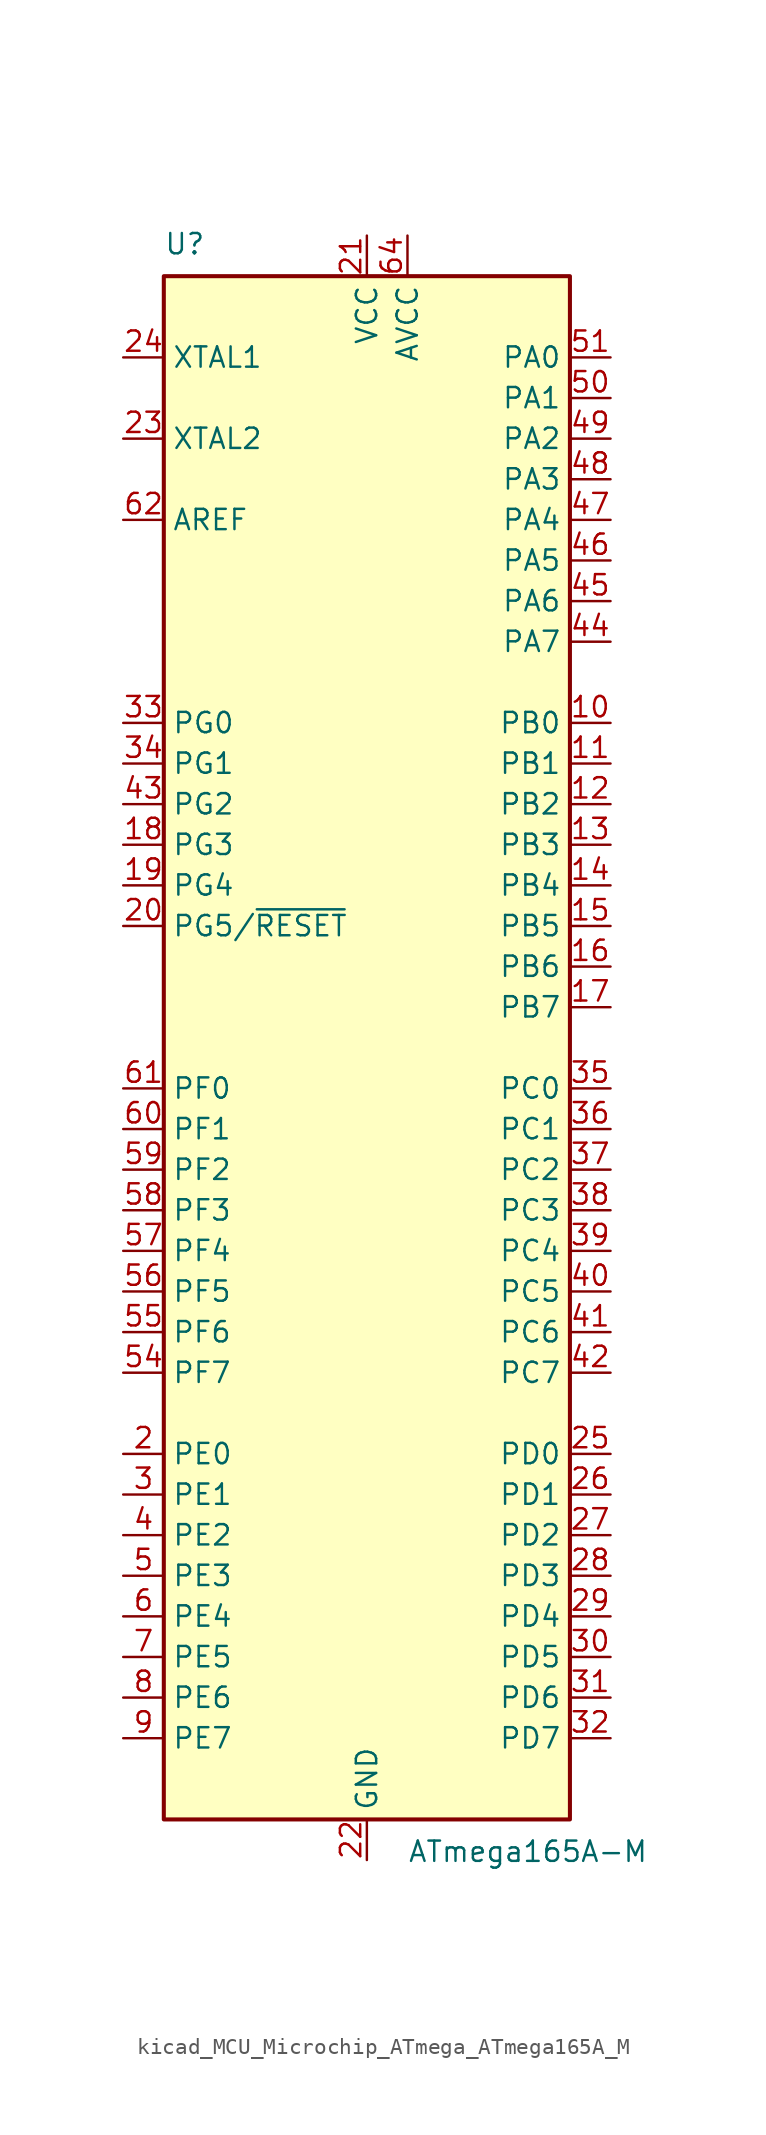
<source format=kicad_sym>
(kicad_symbol_lib
  (version 20220914)
  (generator kicad_symbol_editor)
  (symbol "kicad_MCU_Microchip_ATmega_ATmega165A_M"
    (property "Reference" "U"
      (at -12.7 49.53 0)
      (effects (font (size 1.27 1.27)) (justify left bottom)))
    (property "Value" "ATmega165A-M"
      (at 2.54 -49.53 0)
      (effects (font (size 1.27 1.27)) (justify left top)))
    (symbol "kicad_MCU_Microchip_ATmega_ATmega165A_M_0_1"
      (rectangle (start -12.7 -48.26) (end 12.7 48.26) (stroke (width 0.254) (type default)) (fill (type background))))
    (symbol "kicad_MCU_Microchip_ATmega_ATmega165A_M_1_1"
      (pin no_connect line (at -12.7 -45.72 0) (length 2.54) hide (name "NC" (effects (font (size 1.27 1.27)))) (number "1" (effects (font (size 1.27 1.27)))))
      (pin bidirectional line (at 15.24 20.32 180) (length 2.54) (name "PB0" (effects (font (size 1.27 1.27)))) (number "10" (effects (font (size 1.27 1.27)))))
      (pin bidirectional line (at 15.24 17.78 180) (length 2.54) (name "PB1" (effects (font (size 1.27 1.27)))) (number "11" (effects (font (size 1.27 1.27)))))
      (pin bidirectional line (at 15.24 15.24 180) (length 2.54) (name "PB2" (effects (font (size 1.27 1.27)))) (number "12" (effects (font (size 1.27 1.27)))))
      (pin bidirectional line (at 15.24 12.7 180) (length 2.54) (name "PB3" (effects (font (size 1.27 1.27)))) (number "13" (effects (font (size 1.27 1.27)))))
      (pin bidirectional line (at 15.24 10.16 180) (length 2.54) (name "PB4" (effects (font (size 1.27 1.27)))) (number "14" (effects (font (size 1.27 1.27)))))
      (pin bidirectional line (at 15.24 7.62 180) (length 2.54) (name "PB5" (effects (font (size 1.27 1.27)))) (number "15" (effects (font (size 1.27 1.27)))))
      (pin bidirectional line (at 15.24 5.08 180) (length 2.54) (name "PB6" (effects (font (size 1.27 1.27)))) (number "16" (effects (font (size 1.27 1.27)))))
      (pin bidirectional line (at 15.24 2.54 180) (length 2.54) (name "PB7" (effects (font (size 1.27 1.27)))) (number "17" (effects (font (size 1.27 1.27)))))
      (pin bidirectional line (at -15.24 12.7 0) (length 2.54) (name "PG3" (effects (font (size 1.27 1.27)))) (number "18" (effects (font (size 1.27 1.27)))))
      (pin bidirectional line (at -15.24 10.16 0) (length 2.54) (name "PG4" (effects (font (size 1.27 1.27)))) (number "19" (effects (font (size 1.27 1.27)))))
      (pin bidirectional line (at -15.24 -25.4 0) (length 2.54) (name "PE0" (effects (font (size 1.27 1.27)))) (number "2" (effects (font (size 1.27 1.27)))))
      (pin bidirectional line (at -15.24 7.62 0) (length 2.54) (name "PG5/~{RESET}" (effects (font (size 1.27 1.27)))) (number "20" (effects (font (size 1.27 1.27)))))
      (pin power_in line (at 0 50.8 270) (length 2.54) (name "VCC" (effects (font (size 1.27 1.27)))) (number "21" (effects (font (size 1.27 1.27)))))
      (pin power_in line (at 0 -50.8 90) (length 2.54) (name "GND" (effects (font (size 1.27 1.27)))) (number "22" (effects (font (size 1.27 1.27)))))
      (pin output line (at -15.24 38.1 0) (length 2.54) (name "XTAL2" (effects (font (size 1.27 1.27)))) (number "23" (effects (font (size 1.27 1.27)))))
      (pin input line (at -15.24 43.18 0) (length 2.54) (name "XTAL1" (effects (font (size 1.27 1.27)))) (number "24" (effects (font (size 1.27 1.27)))))
      (pin bidirectional line (at 15.24 -25.4 180) (length 2.54) (name "PD0" (effects (font (size 1.27 1.27)))) (number "25" (effects (font (size 1.27 1.27)))))
      (pin bidirectional line (at 15.24 -27.94 180) (length 2.54) (name "PD1" (effects (font (size 1.27 1.27)))) (number "26" (effects (font (size 1.27 1.27)))))
      (pin bidirectional line (at 15.24 -30.48 180) (length 2.54) (name "PD2" (effects (font (size 1.27 1.27)))) (number "27" (effects (font (size 1.27 1.27)))))
      (pin bidirectional line (at 15.24 -33.02 180) (length 2.54) (name "PD3" (effects (font (size 1.27 1.27)))) (number "28" (effects (font (size 1.27 1.27)))))
      (pin bidirectional line (at 15.24 -35.56 180) (length 2.54) (name "PD4" (effects (font (size 1.27 1.27)))) (number "29" (effects (font (size 1.27 1.27)))))
      (pin bidirectional line (at -15.24 -27.94 0) (length 2.54) (name "PE1" (effects (font (size 1.27 1.27)))) (number "3" (effects (font (size 1.27 1.27)))))
      (pin bidirectional line (at 15.24 -38.1 180) (length 2.54) (name "PD5" (effects (font (size 1.27 1.27)))) (number "30" (effects (font (size 1.27 1.27)))))
      (pin bidirectional line (at 15.24 -40.64 180) (length 2.54) (name "PD6" (effects (font (size 1.27 1.27)))) (number "31" (effects (font (size 1.27 1.27)))))
      (pin bidirectional line (at 15.24 -43.18 180) (length 2.54) (name "PD7" (effects (font (size 1.27 1.27)))) (number "32" (effects (font (size 1.27 1.27)))))
      (pin bidirectional line (at -15.24 20.32 0) (length 2.54) (name "PG0" (effects (font (size 1.27 1.27)))) (number "33" (effects (font (size 1.27 1.27)))))
      (pin bidirectional line (at -15.24 17.78 0) (length 2.54) (name "PG1" (effects (font (size 1.27 1.27)))) (number "34" (effects (font (size 1.27 1.27)))))
      (pin bidirectional line (at 15.24 -2.54 180) (length 2.54) (name "PC0" (effects (font (size 1.27 1.27)))) (number "35" (effects (font (size 1.27 1.27)))))
      (pin bidirectional line (at 15.24 -5.08 180) (length 2.54) (name "PC1" (effects (font (size 1.27 1.27)))) (number "36" (effects (font (size 1.27 1.27)))))
      (pin bidirectional line (at 15.24 -7.62 180) (length 2.54) (name "PC2" (effects (font (size 1.27 1.27)))) (number "37" (effects (font (size 1.27 1.27)))))
      (pin bidirectional line (at 15.24 -10.16 180) (length 2.54) (name "PC3" (effects (font (size 1.27 1.27)))) (number "38" (effects (font (size 1.27 1.27)))))
      (pin bidirectional line (at 15.24 -12.7 180) (length 2.54) (name "PC4" (effects (font (size 1.27 1.27)))) (number "39" (effects (font (size 1.27 1.27)))))
      (pin bidirectional line (at -15.24 -30.48 0) (length 2.54) (name "PE2" (effects (font (size 1.27 1.27)))) (number "4" (effects (font (size 1.27 1.27)))))
      (pin bidirectional line (at 15.24 -15.24 180) (length 2.54) (name "PC5" (effects (font (size 1.27 1.27)))) (number "40" (effects (font (size 1.27 1.27)))))
      (pin bidirectional line (at 15.24 -17.78 180) (length 2.54) (name "PC6" (effects (font (size 1.27 1.27)))) (number "41" (effects (font (size 1.27 1.27)))))
      (pin bidirectional line (at 15.24 -20.32 180) (length 2.54) (name "PC7" (effects (font (size 1.27 1.27)))) (number "42" (effects (font (size 1.27 1.27)))))
      (pin bidirectional line (at -15.24 15.24 0) (length 2.54) (name "PG2" (effects (font (size 1.27 1.27)))) (number "43" (effects (font (size 1.27 1.27)))))
      (pin bidirectional line (at 15.24 25.4 180) (length 2.54) (name "PA7" (effects (font (size 1.27 1.27)))) (number "44" (effects (font (size 1.27 1.27)))))
      (pin bidirectional line (at 15.24 27.94 180) (length 2.54) (name "PA6" (effects (font (size 1.27 1.27)))) (number "45" (effects (font (size 1.27 1.27)))))
      (pin bidirectional line (at 15.24 30.48 180) (length 2.54) (name "PA5" (effects (font (size 1.27 1.27)))) (number "46" (effects (font (size 1.27 1.27)))))
      (pin bidirectional line (at 15.24 33.02 180) (length 2.54) (name "PA4" (effects (font (size 1.27 1.27)))) (number "47" (effects (font (size 1.27 1.27)))))
      (pin bidirectional line (at 15.24 35.56 180) (length 2.54) (name "PA3" (effects (font (size 1.27 1.27)))) (number "48" (effects (font (size 1.27 1.27)))))
      (pin bidirectional line (at 15.24 38.1 180) (length 2.54) (name "PA2" (effects (font (size 1.27 1.27)))) (number "49" (effects (font (size 1.27 1.27)))))
      (pin bidirectional line (at -15.24 -33.02 0) (length 2.54) (name "PE3" (effects (font (size 1.27 1.27)))) (number "5" (effects (font (size 1.27 1.27)))))
      (pin bidirectional line (at 15.24 40.64 180) (length 2.54) (name "PA1" (effects (font (size 1.27 1.27)))) (number "50" (effects (font (size 1.27 1.27)))))
      (pin bidirectional line (at 15.24 43.18 180) (length 2.54) (name "PA0" (effects (font (size 1.27 1.27)))) (number "51" (effects (font (size 1.27 1.27)))))
      (pin passive line (at 0 50.8 270) (length 2.54) hide (name "VCC" (effects (font (size 1.27 1.27)))) (number "52" (effects (font (size 1.27 1.27)))))
      (pin passive line (at 0 -50.8 90) (length 2.54) hide (name "GND" (effects (font (size 1.27 1.27)))) (number "53" (effects (font (size 1.27 1.27)))))
      (pin bidirectional line (at -15.24 -20.32 0) (length 2.54) (name "PF7" (effects (font (size 1.27 1.27)))) (number "54" (effects (font (size 1.27 1.27)))))
      (pin bidirectional line (at -15.24 -17.78 0) (length 2.54) (name "PF6" (effects (font (size 1.27 1.27)))) (number "55" (effects (font (size 1.27 1.27)))))
      (pin bidirectional line (at -15.24 -15.24 0) (length 2.54) (name "PF5" (effects (font (size 1.27 1.27)))) (number "56" (effects (font (size 1.27 1.27)))))
      (pin bidirectional line (at -15.24 -12.7 0) (length 2.54) (name "PF4" (effects (font (size 1.27 1.27)))) (number "57" (effects (font (size 1.27 1.27)))))
      (pin bidirectional line (at -15.24 -10.16 0) (length 2.54) (name "PF3" (effects (font (size 1.27 1.27)))) (number "58" (effects (font (size 1.27 1.27)))))
      (pin bidirectional line (at -15.24 -7.62 0) (length 2.54) (name "PF2" (effects (font (size 1.27 1.27)))) (number "59" (effects (font (size 1.27 1.27)))))
      (pin bidirectional line (at -15.24 -35.56 0) (length 2.54) (name "PE4" (effects (font (size 1.27 1.27)))) (number "6" (effects (font (size 1.27 1.27)))))
      (pin bidirectional line (at -15.24 -5.08 0) (length 2.54) (name "PF1" (effects (font (size 1.27 1.27)))) (number "60" (effects (font (size 1.27 1.27)))))
      (pin bidirectional line (at -15.24 -2.54 0) (length 2.54) (name "PF0" (effects (font (size 1.27 1.27)))) (number "61" (effects (font (size 1.27 1.27)))))
      (pin passive line (at -15.24 33.02 0) (length 2.54) (name "AREF" (effects (font (size 1.27 1.27)))) (number "62" (effects (font (size 1.27 1.27)))))
      (pin passive line (at 0 -50.8 90) (length 2.54) hide (name "GND" (effects (font (size 1.27 1.27)))) (number "63" (effects (font (size 1.27 1.27)))))
      (pin power_in line (at 2.54 50.8 270) (length 2.54) (name "AVCC" (effects (font (size 1.27 1.27)))) (number "64" (effects (font (size 1.27 1.27)))))
      (pin passive line (at 0 -50.8 90) (length 2.54) hide (name "GND" (effects (font (size 1.27 1.27)))) (number "65" (effects (font (size 1.27 1.27)))))
      (pin bidirectional line (at -15.24 -38.1 0) (length 2.54) (name "PE5" (effects (font (size 1.27 1.27)))) (number "7" (effects (font (size 1.27 1.27)))))
      (pin bidirectional line (at -15.24 -40.64 0) (length 2.54) (name "PE6" (effects (font (size 1.27 1.27)))) (number "8" (effects (font (size 1.27 1.27)))))
      (pin bidirectional line (at -15.24 -43.18 0) (length 2.54) (name "PE7" (effects (font (size 1.27 1.27)))) (number "9" (effects (font (size 1.27 1.27))))))))
</source>
